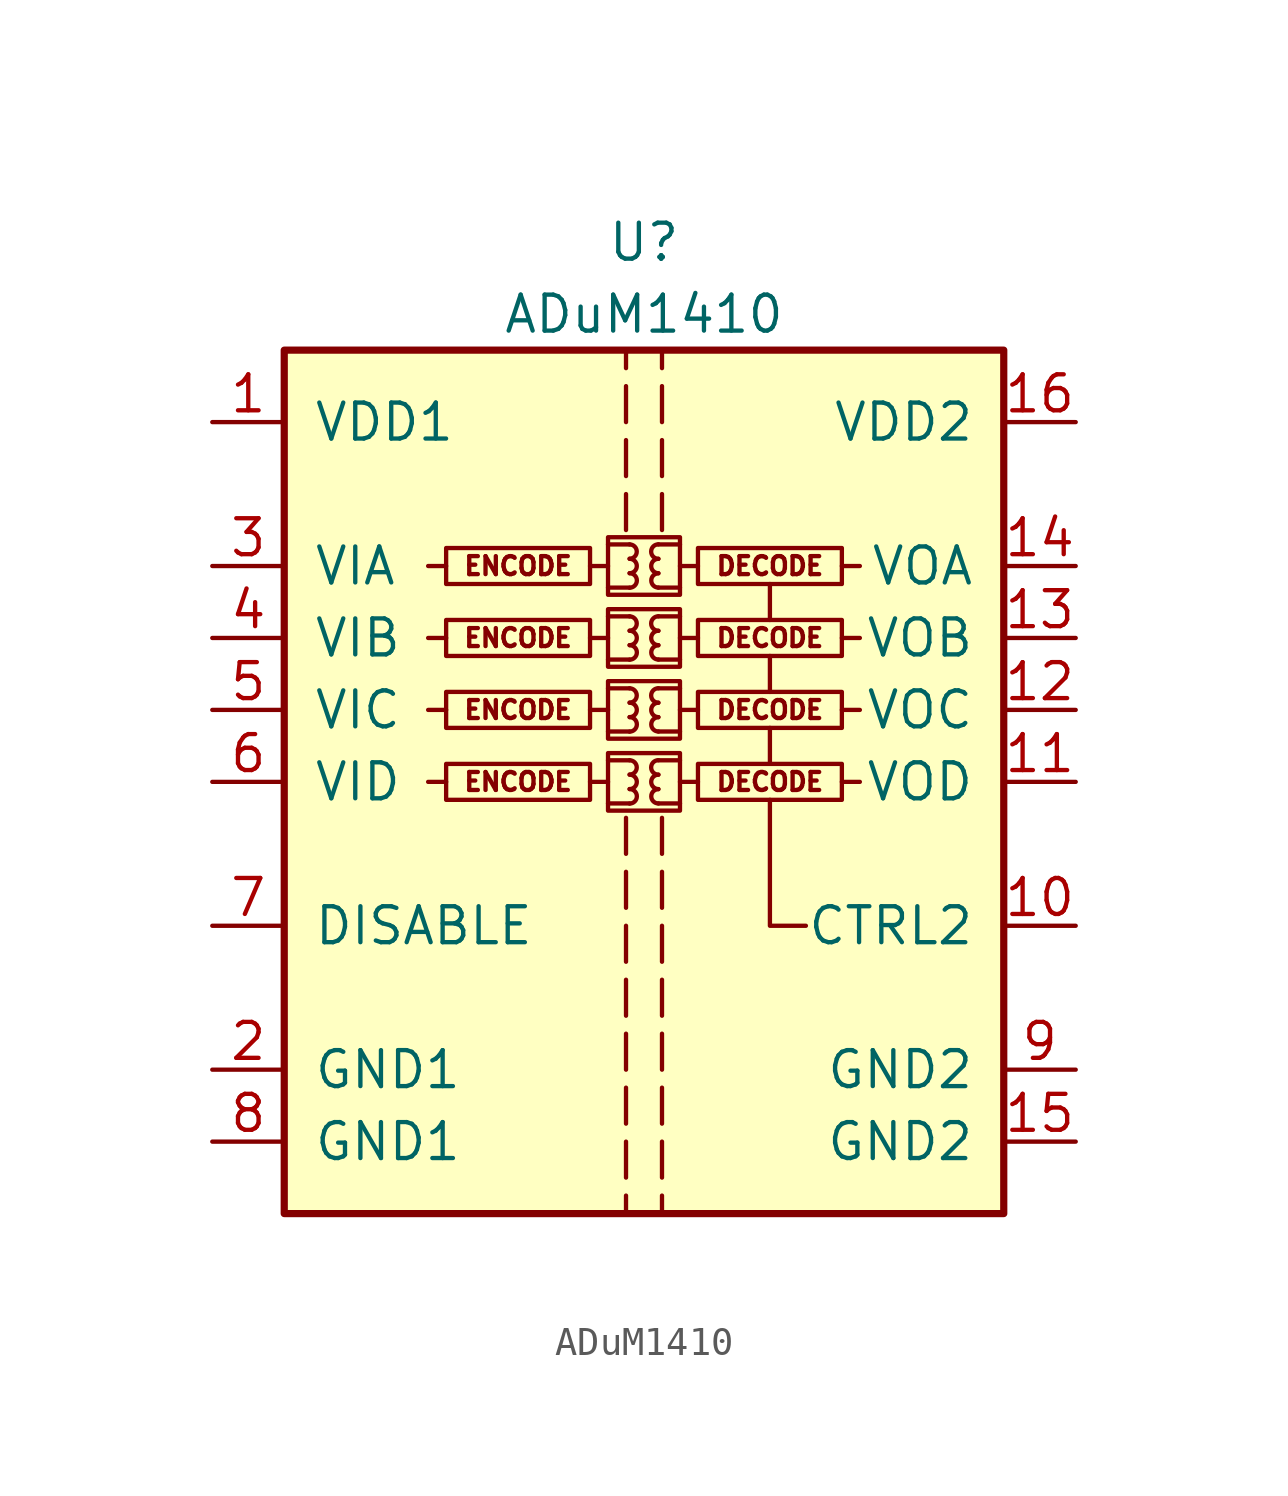
<source format=kicad_sym>
(kicad_symbol_lib
  (version 20201005)
  (generator kicad_symbol_editor)
  (symbol "Isolator_Digital:ADuM1410"
    (pin_names
      (offset 1.016))
    (property "Reference" "U"
      (at 0 19.05 0)
      (effects (font (size 1.27 1.27))))
    (property "Value" "ADuM1410"
      (at 0 16.51 0)
      (effects (font (size 1.27 1.27))))
    (symbol "ADuM1410_0_0"
      (arc (start -0.508 -0.762) (end -0.508 -0.254) (radius (at -0.508 -0.508) (length 0.254) (angles -89.9 89.9)) (stroke (width 0)) (fill (type none)))
      (arc (start -0.508 -0.254) (end -0.508 0.254) (radius (at -0.508 0) (length 0.254) (angles -89.9 89.9)) (stroke (width 0)) (fill (type none)))
      (arc (start -0.508 0.254) (end -0.508 0.762) (radius (at -0.508 0.508) (length 0.254) (angles -89.9 89.9)) (stroke (width 0)) (fill (type none)))
      (arc (start -0.508 1.778) (end -0.508 2.286) (radius (at -0.508 2.032) (length 0.254) (angles -89.9 89.9)) (stroke (width 0)) (fill (type none)))
      (arc (start -0.508 2.286) (end -0.508 2.794) (radius (at -0.508 2.54) (length 0.254) (angles -89.9 89.9)) (stroke (width 0)) (fill (type none)))
      (arc (start -0.508 2.794) (end -0.508 3.302) (radius (at -0.508 3.048) (length 0.254) (angles -89.9 89.9)) (stroke (width 0)) (fill (type none)))
      (arc (start -0.508 4.318) (end -0.508 4.826) (radius (at -0.508 4.572) (length 0.254) (angles -89.9 89.9)) (stroke (width 0)) (fill (type none)))
      (arc (start -0.508 4.826) (end -0.508 5.334) (radius (at -0.508 5.08) (length 0.254) (angles -89.9 89.9)) (stroke (width 0)) (fill (type none)))
      (arc (start -0.508 5.334) (end -0.508 5.842) (radius (at -0.508 5.588) (length 0.254) (angles -89.9 89.9)) (stroke (width 0)) (fill (type none)))
      (arc (start -0.508 6.858) (end -0.508 7.366) (radius (at -0.508 7.112) (length 0.254) (angles -89.9 89.9)) (stroke (width 0)) (fill (type none)))
      (arc (start -0.508 7.366) (end -0.508 7.874) (radius (at -0.508 7.62) (length 0.254) (angles -89.9 89.9)) (stroke (width 0)) (fill (type none)))
      (arc (start -0.508 7.874) (end -0.508 8.382) (radius (at -0.508 8.128) (length 0.254) (angles -89.9 89.9)) (stroke (width 0)) (fill (type none)))
      (arc (start 0.508 -0.254) (end 0.508 -0.762) (radius (at 0.508 -0.508) (length 0.254) (angles 90.1 -90.1)) (stroke (width 0)) (fill (type none)))
      (arc (start 0.508 0.254) (end 0.508 -0.254) (radius (at 0.508 0) (length 0.254) (angles 90.1 -90.1)) (stroke (width 0)) (fill (type none)))
      (arc (start 0.508 0.762) (end 0.508 0.254) (radius (at 0.508 0.508) (length 0.254) (angles 90.1 -90.1)) (stroke (width 0)) (fill (type none)))
      (arc (start 0.508 2.286) (end 0.508 1.778) (radius (at 0.508 2.032) (length 0.254) (angles 90.1 -90.1)) (stroke (width 0)) (fill (type none)))
      (arc (start 0.508 2.794) (end 0.508 2.286) (radius (at 0.508 2.54) (length 0.254) (angles 90.1 -90.1)) (stroke (width 0)) (fill (type none)))
      (arc (start 0.508 3.302) (end 0.508 2.794) (radius (at 0.508 3.048) (length 0.254) (angles 90.1 -90.1)) (stroke (width 0)) (fill (type none)))
      (arc (start 0.508 4.826) (end 0.508 4.318) (radius (at 0.508 4.572) (length 0.254) (angles 90.1 -90.1)) (stroke (width 0)) (fill (type none)))
      (arc (start 0.508 5.334) (end 0.508 4.826) (radius (at 0.508 5.08) (length 0.254) (angles 90.1 -90.1)) (stroke (width 0)) (fill (type none)))
      (arc (start 0.508 5.842) (end 0.508 5.334) (radius (at 0.508 5.588) (length 0.254) (angles 90.1 -90.1)) (stroke (width 0)) (fill (type none)))
      (arc (start 0.508 7.366) (end 0.508 6.858) (radius (at 0.508 7.112) (length 0.254) (angles 90.1 -90.1)) (stroke (width 0)) (fill (type none)))
      (arc (start 0.508 7.874) (end 0.508 7.366) (radius (at 0.508 7.62) (length 0.254) (angles 90.1 -90.1)) (stroke (width 0)) (fill (type none)))
      (arc (start 0.508 8.382) (end 0.508 7.874) (radius (at 0.508 8.128) (length 0.254) (angles 90.1 -90.1)) (stroke (width 0)) (fill (type none)))
      (text "DECODE" (at 4.445 0 0) (effects (font (size 0.635 0.635))))
      (text "DECODE" (at 4.445 2.54 0) (effects (font (size 0.635 0.635))))
      (text "DECODE" (at 4.445 5.08 0) (effects (font (size 0.635 0.635))))
      (text "DECODE" (at 4.445 7.62 0) (effects (font (size 0.635 0.635))))
      (text "ENCODE" (at -4.445 0 0) (effects (font (size 0.635 0.635))))
      (text "ENCODE" (at -4.445 2.54 0) (effects (font (size 0.635 0.635))))
      (text "ENCODE" (at -4.445 5.08 0) (effects (font (size 0.635 0.635))))
      (text "ENCODE" (at -4.445 7.62 0) (effects (font (size 0.635 0.635))))
      (rectangle (start -1.905 0.635) (end -6.985 -0.635) (stroke (width 0)) (fill (type none)))
      (rectangle (start -1.27 1.016) (end 1.27 -1.016) (stroke (width 0)) (fill (type none)))
      (rectangle (start -1.27 3.556) (end 1.27 1.524) (stroke (width 0)) (fill (type none)))
      (rectangle (start -1.27 6.096) (end 1.27 4.064) (stroke (width 0)) (fill (type none)))
      (rectangle (start -1.27 8.636) (end 1.27 6.604) (stroke (width 0)) (fill (type none)))
      (rectangle (start 1.905 0.635) (end 6.985 -0.635) (stroke (width 0)) (fill (type none)))
      (rectangle (start 1.905 3.175) (end 6.985 1.905) (stroke (width 0)) (fill (type none)))
      (rectangle (start 1.905 5.715) (end 6.985 4.445) (stroke (width 0)) (fill (type none)))
      (rectangle (start 1.905 8.255) (end 6.985 6.985) (stroke (width 0)) (fill (type none)))
      (polyline (pts (xy -6.985 0) (xy -7.62 0)) (stroke (width 0)) (fill (type none)))
      (polyline (pts (xy -6.985 2.54) (xy -7.62 2.54)) (stroke (width 0)) (fill (type none)))
      (polyline (pts (xy -6.985 5.08) (xy -7.62 5.08)) (stroke (width 0)) (fill (type none)))
      (polyline (pts (xy -6.985 7.62) (xy -7.62 7.62)) (stroke (width 0)) (fill (type none)))
      (polyline (pts (xy -1.905 0) (xy -1.27 0)) (stroke (width 0)) (fill (type none)))
      (polyline (pts (xy -1.905 2.54) (xy -1.27 2.54)) (stroke (width 0)) (fill (type none)))
      (polyline (pts (xy -1.905 5.08) (xy -1.27 5.08)) (stroke (width 0)) (fill (type none)))
      (polyline (pts (xy -1.905 7.62) (xy -1.27 7.62)) (stroke (width 0)) (fill (type none)))
      (polyline (pts (xy -1.27 -0.762) (xy -0.508 -0.762)) (stroke (width 0)) (fill (type none)))
      (polyline (pts (xy -1.27 0.762) (xy -0.508 0.762)) (stroke (width 0)) (fill (type none)))
      (polyline (pts (xy -1.27 1.778) (xy -0.508 1.778)) (stroke (width 0)) (fill (type none)))
      (polyline (pts (xy -1.27 3.302) (xy -0.508 3.302)) (stroke (width 0)) (fill (type none)))
      (polyline (pts (xy -1.27 4.318) (xy -0.508 4.318)) (stroke (width 0)) (fill (type none)))
      (polyline (pts (xy -1.27 5.842) (xy -0.508 5.842)) (stroke (width 0)) (fill (type none)))
      (polyline (pts (xy -1.27 6.858) (xy -0.508 6.858)) (stroke (width 0)) (fill (type none)))
      (polyline (pts (xy -1.27 8.382) (xy -0.508 8.382)) (stroke (width 0)) (fill (type none)))
      (polyline (pts (xy -0.635 -10.795) (xy -0.635 -12.065)) (stroke (width 0)) (fill (type none)))
      (polyline (pts (xy -0.635 -8.89) (xy -0.635 -10.16)) (stroke (width 0)) (fill (type none)))
      (polyline (pts (xy -0.635 -6.985) (xy -0.635 -8.255)) (stroke (width 0)) (fill (type none)))
      (polyline (pts (xy -0.635 -5.08) (xy -0.635 -6.35)) (stroke (width 0)) (fill (type none)))
      (polyline (pts (xy -0.635 -3.175) (xy -0.635 -4.445)) (stroke (width 0)) (fill (type none)))
      (polyline (pts (xy -0.635 -1.27) (xy -0.635 -2.54)) (stroke (width 0)) (fill (type none)))
      (polyline (pts (xy -0.635 8.89) (xy -0.635 10.16)) (stroke (width 0)) (fill (type none)))
      (polyline (pts (xy -0.635 10.795) (xy -0.635 12.065)) (stroke (width 0)) (fill (type none)))
      (polyline (pts (xy -0.635 12.7) (xy -0.635 13.97)) (stroke (width 0)) (fill (type none)))
      (polyline (pts (xy -0.635 15.24) (xy -0.635 14.605)) (stroke (width 0)) (fill (type none)))
      (polyline (pts (xy 0.635 -10.795) (xy 0.635 -12.065)) (stroke (width 0)) (fill (type none)))
      (polyline (pts (xy 0.635 -8.89) (xy 0.635 -10.16)) (stroke (width 0)) (fill (type none)))
      (polyline (pts (xy 0.635 -6.985) (xy 0.635 -8.255)) (stroke (width 0)) (fill (type none)))
      (polyline (pts (xy 0.635 -5.08) (xy 0.635 -6.35)) (stroke (width 0)) (fill (type none)))
      (polyline (pts (xy 0.635 -3.175) (xy 0.635 -4.445)) (stroke (width 0)) (fill (type none)))
      (polyline (pts (xy 0.635 -1.27) (xy 0.635 -2.54)) (stroke (width 0)) (fill (type none)))
      (polyline (pts (xy 0.635 8.89) (xy 0.635 10.16)) (stroke (width 0)) (fill (type none)))
      (polyline (pts (xy 0.635 12.065) (xy 0.635 10.795)) (stroke (width 0)) (fill (type none)))
      (polyline (pts (xy 0.635 13.97) (xy 0.635 12.7)) (stroke (width 0)) (fill (type none)))
      (polyline (pts (xy 0.635 14.605) (xy 0.635 15.24)) (stroke (width 0)) (fill (type none)))
      (polyline (pts (xy 1.27 -0.762) (xy 0.508 -0.762)) (stroke (width 0)) (fill (type none)))
      (polyline (pts (xy 1.27 0.762) (xy 0.508 0.762)) (stroke (width 0)) (fill (type none)))
      (polyline (pts (xy 1.27 1.778) (xy 0.508 1.778)) (stroke (width 0)) (fill (type none)))
      (polyline (pts (xy 1.27 3.302) (xy 0.508 3.302)) (stroke (width 0)) (fill (type none)))
      (polyline (pts (xy 1.27 4.318) (xy 0.508 4.318)) (stroke (width 0)) (fill (type none)))
      (polyline (pts (xy 1.27 5.842) (xy 0.508 5.842)) (stroke (width 0)) (fill (type none)))
      (polyline (pts (xy 1.27 6.858) (xy 0.508 6.858)) (stroke (width 0)) (fill (type none)))
      (polyline (pts (xy 1.27 8.382) (xy 0.508 8.382)) (stroke (width 0)) (fill (type none)))
      (polyline (pts (xy 1.905 0) (xy 1.27 0)) (stroke (width 0)) (fill (type none)))
      (polyline (pts (xy 1.905 2.54) (xy 1.27 2.54)) (stroke (width 0)) (fill (type none)))
      (polyline (pts (xy 1.905 5.08) (xy 1.27 5.08)) (stroke (width 0)) (fill (type none)))
      (polyline (pts (xy 1.905 7.62) (xy 1.27 7.62)) (stroke (width 0)) (fill (type none)))
      (polyline (pts (xy 4.445 0.635) (xy 4.445 1.905)) (stroke (width 0)) (fill (type none)))
      (polyline (pts (xy 4.445 3.175) (xy 4.445 4.445)) (stroke (width 0)) (fill (type none)))
      (polyline (pts (xy 4.445 5.715) (xy 4.445 6.985)) (stroke (width 0)) (fill (type none)))
      (polyline (pts (xy 6.985 0) (xy 7.62 0)) (stroke (width 0)) (fill (type none)))
      (polyline (pts (xy 6.985 2.54) (xy 7.62 2.54)) (stroke (width 0)) (fill (type none)))
      (polyline (pts (xy 6.985 5.08) (xy 7.62 5.08)) (stroke (width 0)) (fill (type none)))
      (polyline (pts (xy 6.985 7.62) (xy 7.62 7.62)) (stroke (width 0)) (fill (type none)))
      (polyline (pts (xy 5.715 -5.08) (xy 4.445 -5.08) (xy 4.445 -0.635)) (stroke (width 0)) (fill (type none))))
    (symbol "ADuM1410_0_1"
      (rectangle (start -1.905 3.175) (end -6.985 1.905) (stroke (width 0)) (fill (type none)))
      (rectangle (start -1.905 5.715) (end -6.985 4.445) (stroke (width 0)) (fill (type none)))
      (rectangle (start -1.905 8.255) (end -6.985 6.985) (stroke (width 0)) (fill (type none)))
      (rectangle (start -12.7 15.24) (end 12.7 -15.24) (stroke (width 0.254)) (fill (type background)))
      (polyline (pts (xy -0.635 -14.605) (xy -0.635 -15.24)) (stroke (width 0)) (fill (type none)))
      (polyline (pts (xy -0.635 -12.7) (xy -0.635 -13.97)) (stroke (width 0)) (fill (type none)))
      (polyline (pts (xy 0.635 -14.605) (xy 0.635 -15.24)) (stroke (width 0)) (fill (type none)))
      (polyline (pts (xy 0.635 -12.7) (xy 0.635 -13.97)) (stroke (width 0)) (fill (type none))))
    (symbol "ADuM1410_1_1"
      (pin power_in line (at -15.24 12.7 0) (length 2.54) (name "VDD1" (effects (font (size 1.27 1.27)))) (number "1" (effects (font (size 1.27 1.27)))))
      (pin input line (at 15.24 -5.08 180) (length 2.54) (name "CTRL2" (effects (font (size 1.27 1.27)))) (number "10" (effects (font (size 1.27 1.27)))))
      (pin output line (at 15.24 0 180) (length 2.54) (name "VOD" (effects (font (size 1.27 1.27)))) (number "11" (effects (font (size 1.27 1.27)))))
      (pin output line (at 15.24 2.54 180) (length 2.54) (name "VOC" (effects (font (size 1.27 1.27)))) (number "12" (effects (font (size 1.27 1.27)))))
      (pin output line (at 15.24 5.08 180) (length 2.54) (name "VOB" (effects (font (size 1.27 1.27)))) (number "13" (effects (font (size 1.27 1.27)))))
      (pin output line (at 15.24 7.62 180) (length 2.54) (name "VOA" (effects (font (size 1.27 1.27)))) (number "14" (effects (font (size 1.27 1.27)))))
      (pin power_in line (at 15.24 -12.7 180) (length 2.54) (name "GND2" (effects (font (size 1.27 1.27)))) (number "15" (effects (font (size 1.27 1.27)))))
      (pin power_in line (at 15.24 12.7 180) (length 2.54) (name "VDD2" (effects (font (size 1.27 1.27)))) (number "16" (effects (font (size 1.27 1.27)))))
      (pin power_in line (at -15.24 -10.16 0) (length 2.54) (name "GND1" (effects (font (size 1.27 1.27)))) (number "2" (effects (font (size 1.27 1.27)))))
      (pin input line (at -15.24 7.62 0) (length 2.54) (name "VIA" (effects (font (size 1.27 1.27)))) (number "3" (effects (font (size 1.27 1.27)))))
      (pin input line (at -15.24 5.08 0) (length 2.54) (name "VIB" (effects (font (size 1.27 1.27)))) (number "4" (effects (font (size 1.27 1.27)))))
      (pin input line (at -15.24 2.54 0) (length 2.54) (name "VIC" (effects (font (size 1.27 1.27)))) (number "5" (effects (font (size 1.27 1.27)))))
      (pin input line (at -15.24 0 0) (length 2.54) (name "VID" (effects (font (size 1.27 1.27)))) (number "6" (effects (font (size 1.27 1.27)))))
      (pin input line (at -15.24 -5.08 0) (length 2.54) (name "DISABLE" (effects (font (size 1.27 1.27)))) (number "7" (effects (font (size 1.27 1.27)))))
      (pin power_in line (at -15.24 -12.7 0) (length 2.54) (name "GND1" (effects (font (size 1.27 1.27)))) (number "8" (effects (font (size 1.27 1.27)))))
      (pin power_in line (at 15.24 -10.16 180) (length 2.54) (name "GND2" (effects (font (size 1.27 1.27)))) (number "9" (effects (font (size 1.27 1.27))))))))
</source>
